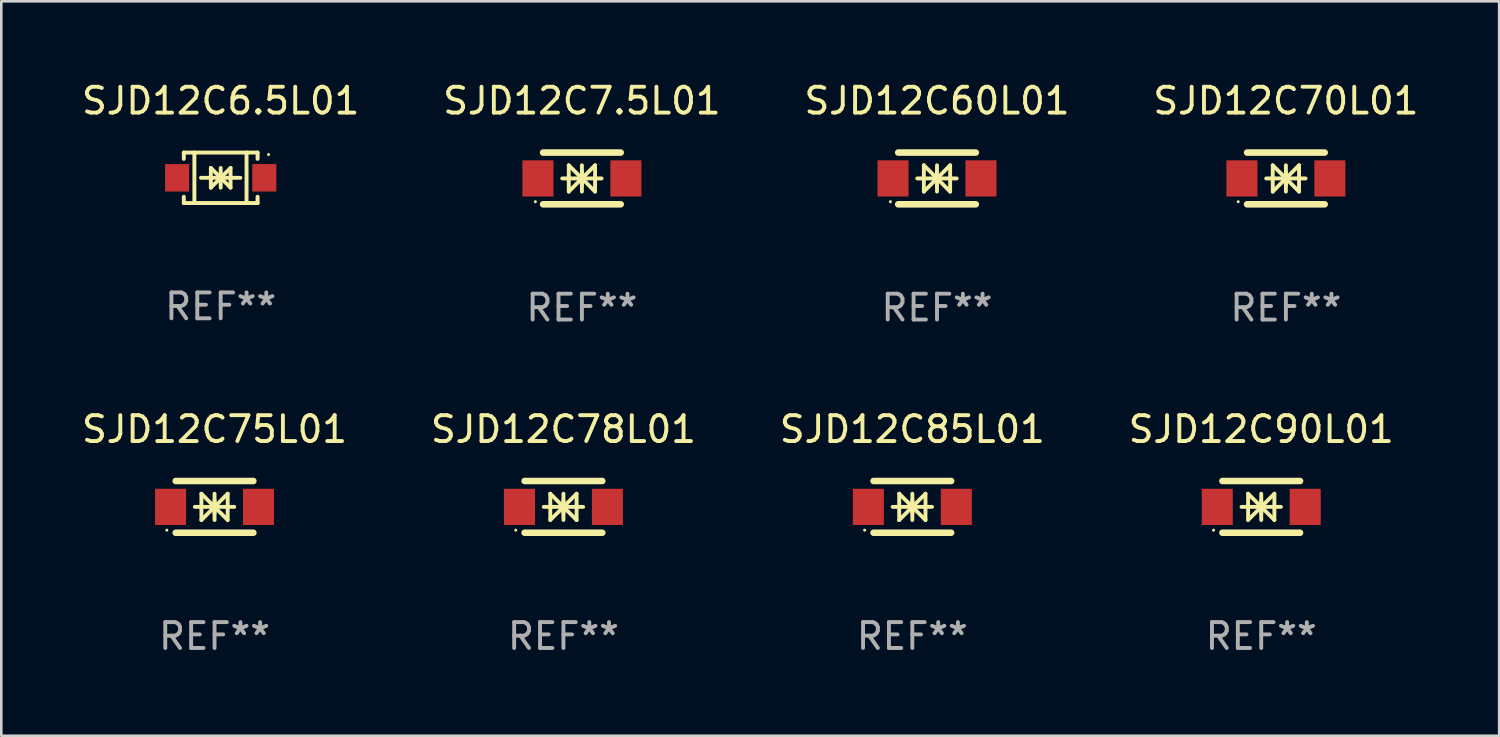
<source format=kicad_pcb>
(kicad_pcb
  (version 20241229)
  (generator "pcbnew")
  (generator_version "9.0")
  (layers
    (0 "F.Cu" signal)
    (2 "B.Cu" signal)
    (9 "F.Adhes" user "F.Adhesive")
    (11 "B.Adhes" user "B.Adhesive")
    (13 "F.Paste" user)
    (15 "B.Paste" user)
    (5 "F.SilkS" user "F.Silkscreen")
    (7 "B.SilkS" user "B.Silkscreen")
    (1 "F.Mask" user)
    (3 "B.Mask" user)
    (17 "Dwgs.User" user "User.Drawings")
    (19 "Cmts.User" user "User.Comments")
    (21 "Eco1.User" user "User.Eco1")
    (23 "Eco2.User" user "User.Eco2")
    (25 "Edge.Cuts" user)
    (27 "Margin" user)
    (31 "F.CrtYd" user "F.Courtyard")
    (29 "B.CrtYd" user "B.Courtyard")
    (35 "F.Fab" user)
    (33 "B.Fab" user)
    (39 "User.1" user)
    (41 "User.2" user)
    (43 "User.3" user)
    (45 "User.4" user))
  (footprint "SJD12C60L01"
    (layer "F.Cu")
    (at 33.173 3.848)
    (property "Reference" "SJD12C60L01" (at 0 -3 0) (layer "F.SilkS") (effects (font (size 1 1) (thickness 0.15))))
    (attr through_hole)
    (fp_line (start -1.5 -1) (end 1.5 -1) (stroke (width 0.254) (type solid)) (layer "F.SilkS"))
    (fp_line (start -1.5 1) (end 1.5 1) (stroke (width 0.254) (type solid)) (layer "F.SilkS"))
    (fp_line (start -0.762 0) (end 0.762 0) (stroke (width 0.15) (type solid)) (layer "F.SilkS"))
    (fp_line (start -0.508 -0.508) (end -0.508 0.508) (stroke (width 0.15) (type solid)) (layer "F.SilkS"))
    (fp_line (start 0 -0.508) (end 0 0.508) (stroke (width 0.15) (type solid)) (layer "F.SilkS"))
    (fp_line (start 0 0) (end -0.508 -0.508) (stroke (width 0.15) (type solid)) (layer "F.SilkS"))
    (fp_line (start 0 0) (end -0.508 0.508) (stroke (width 0.15) (type solid)) (layer "F.SilkS"))
    (fp_line (start 0 0) (end 0.508 -0.508) (stroke (width 0.15) (type solid)) (layer "F.SilkS"))
    (fp_line (start 0 0) (end 0.508 0.508) (stroke (width 0.15) (type solid)) (layer "F.SilkS"))
    (fp_line (start 0 0.254) (end 0 -0.254) (stroke (width 0.15) (type solid)) (layer "F.SilkS"))
    (fp_line (start 0.508 0.508) (end 0.508 -0.508) (stroke (width 0.15) (type solid)) (layer "F.SilkS"))
    (fp_circle (center -1.8 0.9) (end -1.77 0.9) (stroke (width 0.06) (type solid)) (fill no) (layer "F.SilkS"))
    (fp_text user "REF**" (at 0 5 0) (layer "F.Fab") (effects (font (size 1 1) (thickness 0.15))))
    (pad "1" smd rect (at -1.7 0) (size 1.2 1.4) (layers "F.Cu" "F.Mask" "F.Paste"))
    (pad "2" smd rect (at 1.7 0) (size 1.2 1.4) (layers "F.Cu" "F.Mask" "F.Paste")))
  (footprint "SJD12C85L01"
    (layer "F.Cu")
    (at 32.22 16.545)
    (property "Reference" "SJD12C85L01" (at 0 -3 0) (layer "F.SilkS") (effects (font (size 1 1) (thickness 0.15))))
    (attr through_hole)
    (fp_line (start -1.5 -1) (end 1.5 -1) (stroke (width 0.254) (type solid)) (layer "F.SilkS"))
    (fp_line (start -1.5 1) (end 1.5 1) (stroke (width 0.254) (type solid)) (layer "F.SilkS"))
    (fp_line (start -0.762 0) (end 0.762 0) (stroke (width 0.15) (type solid)) (layer "F.SilkS"))
    (fp_line (start -0.508 -0.508) (end -0.508 0.508) (stroke (width 0.15) (type solid)) (layer "F.SilkS"))
    (fp_line (start 0 -0.508) (end 0 0.508) (stroke (width 0.15) (type solid)) (layer "F.SilkS"))
    (fp_line (start 0 0) (end -0.508 -0.508) (stroke (width 0.15) (type solid)) (layer "F.SilkS"))
    (fp_line (start 0 0) (end -0.508 0.508) (stroke (width 0.15) (type solid)) (layer "F.SilkS"))
    (fp_line (start 0 0) (end 0.508 -0.508) (stroke (width 0.15) (type solid)) (layer "F.SilkS"))
    (fp_line (start 0 0) (end 0.508 0.508) (stroke (width 0.15) (type solid)) (layer "F.SilkS"))
    (fp_line (start 0 0.254) (end 0 -0.254) (stroke (width 0.15) (type solid)) (layer "F.SilkS"))
    (fp_line (start 0.508 0.508) (end 0.508 -0.508) (stroke (width 0.15) (type solid)) (layer "F.SilkS"))
    (fp_circle (center -1.844 0.9) (end -1.814 0.9) (stroke (width 0.06) (type solid)) (fill no) (layer "F.SilkS"))
    (fp_text user "REF**" (at 0 5 0) (layer "F.Fab") (effects (font (size 1 1) (thickness 0.15))))
    (pad "1" smd rect (at -1.7 0) (size 1.2 1.4) (layers "F.Cu" "F.Mask" "F.Paste"))
    (pad "2" smd rect (at 1.7 0) (size 1.2 1.4) (layers "F.Cu" "F.Mask" "F.Paste")))
  (footprint "SJD12C75L01"
    (layer "F.Cu")
    (at 5.244 16.545)
    (property "Reference" "SJD12C75L01" (at 0 -3 0) (layer "F.SilkS") (effects (font (size 1 1) (thickness 0.15))))
    (attr through_hole)
    (fp_line (start -1.5 -1) (end 1.5 -1) (stroke (width 0.254) (type solid)) (layer "F.SilkS"))
    (fp_line (start -1.5 1) (end 1.5 1) (stroke (width 0.254) (type solid)) (layer "F.SilkS"))
    (fp_line (start -0.762 0) (end 0.762 0) (stroke (width 0.15) (type solid)) (layer "F.SilkS"))
    (fp_line (start -0.508 -0.508) (end -0.508 0.508) (stroke (width 0.15) (type solid)) (layer "F.SilkS"))
    (fp_line (start 0 -0.508) (end 0 0.508) (stroke (width 0.15) (type solid)) (layer "F.SilkS"))
    (fp_line (start 0 0) (end -0.508 -0.508) (stroke (width 0.15) (type solid)) (layer "F.SilkS"))
    (fp_line (start 0 0) (end -0.508 0.508) (stroke (width 0.15) (type solid)) (layer "F.SilkS"))
    (fp_line (start 0 0) (end 0.508 -0.508) (stroke (width 0.15) (type solid)) (layer "F.SilkS"))
    (fp_line (start 0 0) (end 0.508 0.508) (stroke (width 0.15) (type solid)) (layer "F.SilkS"))
    (fp_line (start 0 0.254) (end 0 -0.254) (stroke (width 0.15) (type solid)) (layer "F.SilkS"))
    (fp_line (start 0.508 0.508) (end 0.508 -0.508) (stroke (width 0.15) (type solid)) (layer "F.SilkS"))
    (fp_circle (center -1.844 0.9) (end -1.814 0.9) (stroke (width 0.06) (type solid)) (fill no) (layer "F.SilkS"))
    (fp_text user "REF**" (at 0 5 0) (layer "F.Fab") (effects (font (size 1 1) (thickness 0.15))))
    (pad "1" smd rect (at -1.7 0) (size 1.2 1.4) (layers "F.Cu" "F.Mask" "F.Paste"))
    (pad "2" smd rect (at 1.7 0) (size 1.2 1.4) (layers "F.Cu" "F.Mask" "F.Paste")))
  (footprint "SJD12C7.5L01"
    (layer "F.Cu")
    (at 19.446 3.848)
    (property "Reference" "SJD12C7.5L01" (at 0 -3 0) (layer "F.SilkS") (effects (font (size 1 1) (thickness 0.15))))
    (attr through_hole)
    (fp_line (start -1.5 -1) (end 1.5 -1) (stroke (width 0.254) (type solid)) (layer "F.SilkS"))
    (fp_line (start -1.5 1) (end 1.5 1) (stroke (width 0.254) (type solid)) (layer "F.SilkS"))
    (fp_line (start -0.762 0) (end 0.762 0) (stroke (width 0.15) (type solid)) (layer "F.SilkS"))
    (fp_line (start -0.508 -0.508) (end -0.508 0.508) (stroke (width 0.15) (type solid)) (layer "F.SilkS"))
    (fp_line (start 0 -0.508) (end 0 0.508) (stroke (width 0.15) (type solid)) (layer "F.SilkS"))
    (fp_line (start 0 0) (end -0.508 -0.508) (stroke (width 0.15) (type solid)) (layer "F.SilkS"))
    (fp_line (start 0 0) (end -0.508 0.508) (stroke (width 0.15) (type solid)) (layer "F.SilkS"))
    (fp_line (start 0 0) (end 0.508 -0.508) (stroke (width 0.15) (type solid)) (layer "F.SilkS"))
    (fp_line (start 0 0) (end 0.508 0.508) (stroke (width 0.15) (type solid)) (layer "F.SilkS"))
    (fp_line (start 0 0.254) (end 0 -0.254) (stroke (width 0.15) (type solid)) (layer "F.SilkS"))
    (fp_line (start 0.508 0.508) (end 0.508 -0.508) (stroke (width 0.15) (type solid)) (layer "F.SilkS"))
    (fp_circle (center -1.8 0.9) (end -1.77 0.9) (stroke (width 0.06) (type solid)) (fill no) (layer "F.SilkS"))
    (fp_text user "REF**" (at 0 5 0) (layer "F.Fab") (effects (font (size 1 1) (thickness 0.15))))
    (pad "1" smd rect (at -1.7 0) (size 1.2 1.4) (layers "F.Cu" "F.Mask" "F.Paste"))
    (pad "2" smd rect (at 1.7 0) (size 1.2 1.4) (layers "F.Cu" "F.Mask" "F.Paste")))
  (footprint "SJD12C6.5L01"
    (layer "F.Cu")
    (at 5.482 3.824)
    (property "Reference" "SJD12C6.5L01" (at 0 -2.976 0) (layer "F.SilkS") (effects (font (size 1 1) (thickness 0.15))))
    (attr through_hole)
    (fp_line (start -1.426 -0.976) (end -1.426 -0.733) (stroke (width 0.152) (type solid)) (layer "F.SilkS"))
    (fp_line (start -1.426 -0.976) (end 1.426 -0.976) (stroke (width 0.152) (type solid)) (layer "F.SilkS"))
    (fp_line (start -1.426 0.976) (end -1.426 0.733) (stroke (width 0.152) (type solid)) (layer "F.SilkS"))
    (fp_line (start -1.426 0.976) (end 1.426 0.976) (stroke (width 0.152) (type solid)) (layer "F.SilkS"))
    (fp_line (start -1.017 -0.976) (end -1.017 0.976) (stroke (width 0.152) (type solid)) (layer "F.SilkS"))
    (fp_line (start -0.762 0) (end 0.762 0) (stroke (width 0.15) (type solid)) (layer "F.SilkS"))
    (fp_line (start -0.381 -0.381) (end 0 0) (stroke (width 0.15) (type solid)) (layer "F.SilkS"))
    (fp_line (start -0.381 0.381) (end -0.381 -0.381) (stroke (width 0.15) (type solid)) (layer "F.SilkS"))
    (fp_line (start 0 -0.381) (end 0 0.381) (stroke (width 0.15) (type solid)) (layer "F.SilkS"))
    (fp_line (start 0 0) (end -0.381 0.381) (stroke (width 0.15) (type solid)) (layer "F.SilkS"))
    (fp_line (start 0 0) (end 0.381 -0.381) (stroke (width 0.15) (type solid)) (layer "F.SilkS"))
    (fp_line (start 0.381 -0.381) (end 0.381 0.381) (stroke (width 0.15) (type solid)) (layer "F.SilkS"))
    (fp_line (start 0.381 0.381) (end 0 0) (stroke (width 0.15) (type solid)) (layer "F.SilkS"))
    (fp_line (start 0.999 -0.976) (end 0.999 0.976) (stroke (width 0.152) (type solid)) (layer "F.SilkS"))
    (fp_line (start 1.426 -0.976) (end 1.426 -0.733) (stroke (width 0.152) (type solid)) (layer "F.SilkS"))
    (fp_line (start 1.426 0.976) (end 1.426 0.733) (stroke (width 0.152) (type solid)) (layer "F.SilkS"))
    (fp_circle (center 1.85 -0.9) (end 1.88 -0.9) (stroke (width 0.06) (type solid)) (fill no) (layer "F.SilkS"))
    (fp_text user "REF**" (at 0 4.976 0) (layer "F.Fab") (effects (font (size 1 1) (thickness 0.15))))
    (pad "1" smd rect (at 1.685 0 180) (size 0.93 1.06) (layers "F.Cu" "F.Mask" "F.Paste"))
    (pad "2" smd rect (at -1.685 0 180) (size 0.93 1.06) (layers "F.Cu" "F.Mask" "F.Paste")))
  (footprint "SJD12C90L01"
    (layer "F.Cu")
    (at 45.708 16.545)
    (property "Reference" "SJD12C90L01" (at 0 -3 0) (layer "F.SilkS") (effects (font (size 1 1) (thickness 0.15))))
    (attr through_hole)
    (fp_line (start -1.5 -1) (end 1.5 -1) (stroke (width 0.254) (type solid)) (layer "F.SilkS"))
    (fp_line (start -1.5 1) (end 1.5 1) (stroke (width 0.254) (type solid)) (layer "F.SilkS"))
    (fp_line (start -0.762 0) (end 0.762 0) (stroke (width 0.15) (type solid)) (layer "F.SilkS"))
    (fp_line (start -0.508 -0.508) (end -0.508 0.508) (stroke (width 0.15) (type solid)) (layer "F.SilkS"))
    (fp_line (start 0 -0.508) (end 0 0.508) (stroke (width 0.15) (type solid)) (layer "F.SilkS"))
    (fp_line (start 0 0) (end -0.508 -0.508) (stroke (width 0.15) (type solid)) (layer "F.SilkS"))
    (fp_line (start 0 0) (end -0.508 0.508) (stroke (width 0.15) (type solid)) (layer "F.SilkS"))
    (fp_line (start 0 0) (end 0.508 -0.508) (stroke (width 0.15) (type solid)) (layer "F.SilkS"))
    (fp_line (start 0 0) (end 0.508 0.508) (stroke (width 0.15) (type solid)) (layer "F.SilkS"))
    (fp_line (start 0 0.254) (end 0 -0.254) (stroke (width 0.15) (type solid)) (layer "F.SilkS"))
    (fp_line (start 0.508 0.508) (end 0.508 -0.508) (stroke (width 0.15) (type solid)) (layer "F.SilkS"))
    (fp_circle (center -1.844 0.9) (end -1.814 0.9) (stroke (width 0.06) (type solid)) (fill no) (layer "F.SilkS"))
    (fp_text user "REF**" (at 0 5 0) (layer "F.Fab") (effects (font (size 1 1) (thickness 0.15))))
    (pad "1" smd rect (at -1.7 0) (size 1.2 1.4) (layers "F.Cu" "F.Mask" "F.Paste"))
    (pad "2" smd rect (at 1.7 0) (size 1.2 1.4) (layers "F.Cu" "F.Mask" "F.Paste")))
  (footprint "SJD12C78L01"
    (layer "F.Cu")
    (at 18.732 16.545)
    (property "Reference" "SJD12C78L01" (at 0 -3 0) (layer "F.SilkS") (effects (font (size 1 1) (thickness 0.15))))
    (attr through_hole)
    (fp_line (start -1.5 -1) (end 1.5 -1) (stroke (width 0.254) (type solid)) (layer "F.SilkS"))
    (fp_line (start -1.5 1) (end 1.5 1) (stroke (width 0.254) (type solid)) (layer "F.SilkS"))
    (fp_line (start -0.762 0) (end 0.762 0) (stroke (width 0.15) (type solid)) (layer "F.SilkS"))
    (fp_line (start -0.508 -0.508) (end -0.508 0.508) (stroke (width 0.15) (type solid)) (layer "F.SilkS"))
    (fp_line (start 0 -0.508) (end 0 0.508) (stroke (width 0.15) (type solid)) (layer "F.SilkS"))
    (fp_line (start 0 0) (end -0.508 -0.508) (stroke (width 0.15) (type solid)) (layer "F.SilkS"))
    (fp_line (start 0 0) (end -0.508 0.508) (stroke (width 0.15) (type solid)) (layer "F.SilkS"))
    (fp_line (start 0 0) (end 0.508 -0.508) (stroke (width 0.15) (type solid)) (layer "F.SilkS"))
    (fp_line (start 0 0) (end 0.508 0.508) (stroke (width 0.15) (type solid)) (layer "F.SilkS"))
    (fp_line (start 0 0.254) (end 0 -0.254) (stroke (width 0.15) (type solid)) (layer "F.SilkS"))
    (fp_line (start 0.508 0.508) (end 0.508 -0.508) (stroke (width 0.15) (type solid)) (layer "F.SilkS"))
    (fp_circle (center -1.844 0.9) (end -1.814 0.9) (stroke (width 0.06) (type solid)) (fill no) (layer "F.SilkS"))
    (fp_text user "REF**" (at 0 5 0) (layer "F.Fab") (effects (font (size 1 1) (thickness 0.15))))
    (pad "1" smd rect (at -1.7 0) (size 1.2 1.4) (layers "F.Cu" "F.Mask" "F.Paste"))
    (pad "2" smd rect (at 1.7 0) (size 1.2 1.4) (layers "F.Cu" "F.Mask" "F.Paste")))
  (footprint "SJD12C70L01"
    (layer "F.Cu")
    (at 46.661 3.848)
    (property "Reference" "SJD12C70L01" (at 0 -3 0) (layer "F.SilkS") (effects (font (size 1 1) (thickness 0.15))))
    (attr through_hole)
    (fp_line (start -1.5 -1) (end 1.5 -1) (stroke (width 0.254) (type solid)) (layer "F.SilkS"))
    (fp_line (start -1.5 1) (end 1.5 1) (stroke (width 0.254) (type solid)) (layer "F.SilkS"))
    (fp_line (start -0.762 0) (end 0.762 0) (stroke (width 0.15) (type solid)) (layer "F.SilkS"))
    (fp_line (start -0.508 -0.508) (end -0.508 0.508) (stroke (width 0.15) (type solid)) (layer "F.SilkS"))
    (fp_line (start 0 -0.508) (end 0 0.508) (stroke (width 0.15) (type solid)) (layer "F.SilkS"))
    (fp_line (start 0 0) (end -0.508 -0.508) (stroke (width 0.15) (type solid)) (layer "F.SilkS"))
    (fp_line (start 0 0) (end -0.508 0.508) (stroke (width 0.15) (type solid)) (layer "F.SilkS"))
    (fp_line (start 0 0) (end 0.508 -0.508) (stroke (width 0.15) (type solid)) (layer "F.SilkS"))
    (fp_line (start 0 0) (end 0.508 0.508) (stroke (width 0.15) (type solid)) (layer "F.SilkS"))
    (fp_line (start 0 0.254) (end 0 -0.254) (stroke (width 0.15) (type solid)) (layer "F.SilkS"))
    (fp_line (start 0.508 0.508) (end 0.508 -0.508) (stroke (width 0.15) (type solid)) (layer "F.SilkS"))
    (fp_circle (center -1.844 0.9) (end -1.814 0.9) (stroke (width 0.06) (type solid)) (fill no) (layer "F.SilkS"))
    (fp_text user "REF**" (at 0 5 0) (layer "F.Fab") (effects (font (size 1 1) (thickness 0.15))))
    (pad "1" smd rect (at -1.7 0) (size 1.2 1.4) (layers "F.Cu" "F.Mask" "F.Paste"))
    (pad "2" smd rect (at 1.7 0) (size 1.2 1.4) (layers "F.Cu" "F.Mask" "F.Paste")))
  (gr_rect
    (start -3 -3)
    (end 54.905 25.393)
    (stroke (width 0.1) (type default))
    (fill no)
    (layer "Edge.Cuts")))
</source>
